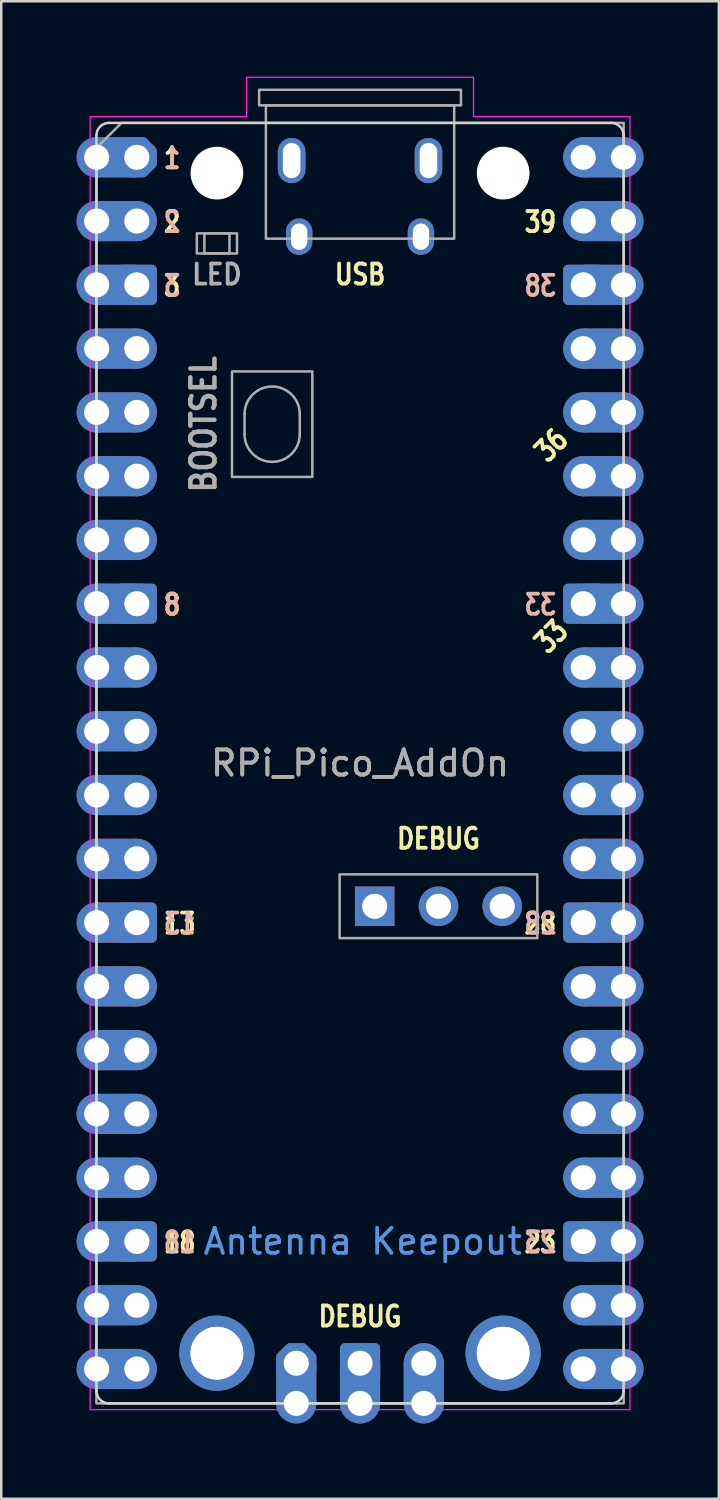
<source format=kicad_pcb>
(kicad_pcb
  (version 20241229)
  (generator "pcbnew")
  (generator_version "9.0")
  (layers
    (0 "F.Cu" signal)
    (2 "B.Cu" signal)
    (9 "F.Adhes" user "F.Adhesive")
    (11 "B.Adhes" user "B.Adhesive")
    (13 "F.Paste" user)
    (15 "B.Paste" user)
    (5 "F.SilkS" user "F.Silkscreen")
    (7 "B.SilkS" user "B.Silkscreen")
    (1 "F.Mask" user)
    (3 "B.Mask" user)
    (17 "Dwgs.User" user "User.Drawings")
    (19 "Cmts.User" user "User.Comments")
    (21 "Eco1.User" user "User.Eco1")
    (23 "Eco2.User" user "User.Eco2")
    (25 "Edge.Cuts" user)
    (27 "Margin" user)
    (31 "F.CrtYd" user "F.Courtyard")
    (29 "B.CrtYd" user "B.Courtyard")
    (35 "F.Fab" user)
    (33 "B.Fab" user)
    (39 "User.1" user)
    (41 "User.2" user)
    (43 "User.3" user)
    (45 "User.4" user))
  (footprint "RPi_Pico_AddOn"
    (layer "F.Cu")
    (at 2.4 3.215)
    (property "Reference" "RPi_Pico_AddOn" (at 8.89 24.13 0) (layer "F.Fab") (effects (font (size 1 1) (thickness 0.15))))
    (attr through_hole)
    (fp_line (start -1.61 -0.87) (end -1.61 49.13) (stroke (width 0.1) (type solid)) (layer "Edge.Cuts"))
    (fp_line (start -1.11 49.63) (end 18.89 49.63) (stroke (width 0.1) (type solid)) (layer "Edge.Cuts"))
    (fp_line (start 18.89 -1.37) (end -1.11 -1.37) (stroke (width 0.1) (type solid)) (layer "Edge.Cuts"))
    (fp_line (start 19.39 49.13) (end 19.39 -0.87) (stroke (width 0.1) (type solid)) (layer "Edge.Cuts"))
    (fp_arc (start -1.61 -0.87) (mid -1.463553 -1.223553) (end -1.11 -1.37) (stroke (width 0.1) (type solid)) (layer "Edge.Cuts"))
    (fp_arc (start -1.11 49.63) (mid -1.463553 49.483554) (end -1.61 49.13) (stroke (width 0.1) (type solid)) (layer "Edge.Cuts"))
    (fp_arc (start 18.89 -1.37) (mid 19.243553 -1.223553) (end 19.39 -0.87) (stroke (width 0.1) (type solid)) (layer "Edge.Cuts"))
    (fp_arc (start 19.39 49.13) (mid 19.243553 49.483553) (end 18.89 49.63) (stroke (width 0.1) (type solid)) (layer "Edge.Cuts"))
    (fp_poly (pts (xy 13.41 -1.62) (xy 19.64 -1.62) (xy 19.64 49.88) (xy -1.86 49.88) (xy -1.86 -1.62) (xy 4.37 -1.62) (xy 4.37 -3.19) (xy 13.41 -3.19)) (stroke (width 0.05) (type solid)) (fill no) (layer "F.CrtYd"))
    (fp_line (start 4.29 10.23) (end 4.29 11.03) (stroke (width 0.1) (type solid)) (layer "F.Fab"))
    (fp_line (start 6.49 10.23) (end 6.49 11.03) (stroke (width 0.1) (type solid)) (layer "F.Fab"))
    (fp_rect (start 2.39 3.03) (end 3.99 3.83) (stroke (width 0.1) (type solid)) (fill no) (layer "F.Fab"))
    (fp_rect (start 2.69 3.03) (end 3.69 3.83) (stroke (width 0.1) (type solid)) (fill no) (layer "F.Fab"))
    (fp_rect (start 3.79 8.53) (end 6.99 12.73) (stroke (width 0.1) (type solid)) (fill no) (layer "F.Fab"))
    (fp_rect (start 4.87 -2.69) (end 12.91 -2.07) (stroke (width 0.1) (type solid)) (fill no) (layer "F.Fab"))
    (fp_rect (start 5.14 -2.07) (end 12.64 3.24) (stroke (width 0.1) (type solid)) (fill no) (layer "F.Fab"))
    (fp_rect (start 8.077 28.56) (end 15.951 31.1) (stroke (width 0.1) (type solid)) (fill no) (layer "F.Fab"))
    (fp_arc (start 4.29 10.23) (mid 5.39 9.13) (end 6.49 10.23) (stroke (width 0.1) (type solid)) (layer "F.Fab"))
    (fp_arc (start 6.49 11.03) (mid 5.39 12.13) (end 4.29 11.03) (stroke (width 0.1) (type solid)) (layer "F.Fab"))
    (fp_poly (pts (xy 19.39 49.63) (xy -1.61 49.63) (xy -1.61 -0.37) (xy -0.61 -1.37) (xy 19.39 -1.37)) (stroke (width 0.1) (type solid)) (fill no) (layer "F.Fab"))
    (fp_text user "USB" (at 8.89 4.668 0) (unlocked yes) (layer "F.SilkS") (effects (font (size 0.8 0.66) (thickness 0.15))))
    (fp_text user "23" (at 16.78 43.218 0) (unlocked yes) (layer "F.SilkS") (effects (font (size 0.8 0.64) (thickness 0.15)) (justify right)))
    (fp_text user "DEBUG" (at 12.014 27.138 0) (unlocked yes) (layer "F.SilkS") (effects (font (size 0.8 0.66) (thickness 0.15))))
    (fp_text user "DEBUG" (at 8.89 46.168 0) (unlocked yes) (layer "F.SilkS") (effects (font (size 0.8 0.66) (thickness 0.15))))
    (fp_text user "36" (at 16.51 11.468 45) (unlocked yes) (layer "F.SilkS") (effects (font (size 0.8 0.64) (thickness 0.15))))
    (fp_text user "8" (at 1 17.818 0) (unlocked yes) (layer "F.SilkS") (effects (font (size 0.8 0.64) (thickness 0.15)) (justify left)))
    (fp_text user "2" (at 1 2.578 0) (unlocked yes) (layer "F.SilkS") (effects (font (size 0.8 0.64) (thickness 0.15)) (justify left)))
    (fp_text user "18" (at 1 43.218 0) (unlocked yes) (layer "F.SilkS") (effects (font (size 0.8 0.64) (thickness 0.15)) (justify left)))
    (fp_text user "33" (at 16.51 19.088 45) (unlocked yes) (layer "F.SilkS") (effects (font (size 0.8 0.64) (thickness 0.15))))
    (fp_text user "1" (at 1 0.038 0) (unlocked yes) (layer "F.SilkS") (effects (font (size 0.8 0.64) (thickness 0.15)) (justify left)))
    (fp_text user "13" (at 1 30.518 0) (unlocked yes) (layer "F.SilkS") (effects (font (size 0.8 0.64) (thickness 0.15)) (justify left)))
    (fp_text user "28" (at 16.78 30.518 0) (unlocked yes) (layer "F.SilkS") (effects (font (size 0.8 0.64) (thickness 0.15)) (justify right)))
    (fp_text user "39" (at 16.78 2.578 0) (unlocked yes) (layer "F.SilkS") (effects (font (size 0.8 0.64) (thickness 0.15)) (justify right)))
    (fp_text user "3" (at 1 5.118 0) (unlocked yes) (layer "F.SilkS") (effects (font (size 0.8 0.64) (thickness 0.15)) (justify left)))
    (fp_text user "2" (at 1 2.578 0) (unlocked yes) (layer "B.SilkS") (effects (font (size 0.8 0.64) (thickness 0.15)) (justify right mirror)))
    (fp_text user "8" (at 1 17.818 0) (unlocked yes) (layer "B.SilkS") (effects (font (size 0.8 0.64) (thickness 0.15)) (justify right mirror)))
    (fp_text user "13" (at 1 30.518 0) (unlocked yes) (layer "B.SilkS") (effects (font (size 0.8 0.64) (thickness 0.15)) (justify right mirror)))
    (fp_text user "28" (at 16.78 30.518 0) (unlocked yes) (layer "B.SilkS") (effects (font (size 0.8 0.64) (thickness 0.15)) (justify left mirror)))
    (fp_text user "23" (at 16.78 43.218 0) (unlocked yes) (layer "B.SilkS") (effects (font (size 0.8 0.64) (thickness 0.15)) (justify left mirror)))
    (fp_text user "18" (at 1 43.218 0) (unlocked yes) (layer "B.SilkS") (effects (font (size 0.8 0.64) (thickness 0.15)) (justify right mirror)))
    (fp_text user "1" (at 1 0.038 0) (unlocked yes) (layer "B.SilkS") (effects (font (size 0.8 0.64) (thickness 0.15)) (justify right mirror)))
    (fp_text user "33" (at 16.78 17.818 0) (unlocked yes) (layer "B.SilkS") (effects (font (size 0.8 0.64) (thickness 0.15)) (justify left mirror)))
    (fp_text user "3" (at 1 5.118 0) (unlocked yes) (layer "B.SilkS") (effects (font (size 0.8 0.64) (thickness 0.15)) (justify right mirror)))
    (fp_text user "38" (at 16.78 5.118 0) (unlocked yes) (layer "B.SilkS") (effects (font (size 0.8 0.64) (thickness 0.15)) (justify left mirror)))
    (fp_text user "Antenna Keepout" (at 9 43.18 0) (unlocked yes) (layer "Cmts.User") (effects (font (size 1 1) (thickness 0.15))))
    (fp_text user "LED" (at 3.19 4.668 0) (unlocked yes) (layer "F.Fab") (effects (font (size 0.8 0.72) (thickness 0.15))))
    (fp_text user "${REFERENCE}" (at 8.89 24.13 0) (unlocked yes) (layer "F.Fab") (effects (font (size 1 1) (thickness 0.15))))
    (fp_text user "BOOTSEL" (at 2.656 10.63 90) (unlocked yes) (layer "F.Fab") (effects (font (size 0.96 0.825) (thickness 0.18))))
    (pad "" np_thru_hole circle (at 3.19 0.63) (size 2.1 2.1) (drill 2.1) (layers "*.Cu" "*.Mask"))
    (pad "" np_thru_hole circle (at 3.19 47.63) (size 2.1 2.1) (drill 2.1) (layers "*.Cu" "*.Mask"))
    (pad "" np_thru_hole circle (at 14.59 0.63) (size 2.1 2.1) (drill 2.1) (layers "*.Cu" "*.Mask"))
    (pad "" np_thru_hole circle (at 14.59 47.63) (size 2.1 2.1) (drill 2.1) (layers "*.Cu" "*.Mask"))
    (pad "1" thru_hole circle (at -1.6 0) (size 1.6 1.6) (drill 1) (property pad_prop_castellated) (layers "*.Cu" "*.Mask"))
    (pad "1" smd rect (at -0.8 0) (size 1.6 1.6) (layers "F.Cu" "F.Mask"))
    (pad "1" smd rect (at -0.8 0) (size 1.6 1.6) (layers "B.Cu" "B.Mask"))
    (pad "1" thru_hole custom (at 0 0) (size 1.6 1.6) (drill 1) (layers "*.Cu" "*.Mask") (options (anchor circle)) (primitives (gr_poly (pts (xy 0.6 0.249) (xy 0.249 0.6) (xy -0.249 0.6) (xy -0.6 0.249) (xy -0.6 -0.249) (xy -0.249 -0.6) (xy 0.249 -0.6) (xy 0.6 -0.249)) (width 0.4) (fill yes))))
    (pad "2" thru_hole circle (at -1.6 2.54) (size 1.6 1.6) (drill 1) (property pad_prop_castellated) (layers "*.Cu" "*.Mask"))
    (pad "2" smd rect (at -0.8 2.54) (size 1.6 1.6) (layers "F.Cu" "F.Mask"))
    (pad "2" smd rect (at -0.8 2.54) (size 1.6 1.6) (layers "B.Cu" "B.Mask"))
    (pad "2" thru_hole circle (at 0 2.54) (size 1.6 1.6) (drill 1) (layers "*.Cu" "*.Mask"))
    (pad "3" thru_hole circle (at -1.6 5.08) (size 1.6 1.6) (drill 1) (property pad_prop_castellated) (layers "*.Cu" "*.Mask"))
    (pad "3" smd rect (at -0.8 5.08) (size 1.6 1.6) (layers "F.Cu" "F.Mask"))
    (pad "3" smd rect (at -0.8 5.08) (size 1.6 1.6) (layers "B.Cu" "B.Mask"))
    (pad "3" thru_hole roundrect (at 0 5.08) (size 1.6 1.6) (drill 1) (layers "*.Cu" "*.Mask") (roundrect_rratio 0.125))
    (pad "4" thru_hole circle (at -1.6 7.62) (size 1.6 1.6) (drill 1) (property pad_prop_castellated) (layers "*.Cu" "*.Mask"))
    (pad "4" smd rect (at -0.8 7.62) (size 1.6 1.6) (layers "F.Cu" "F.Mask"))
    (pad "4" smd rect (at -0.8 7.62) (size 1.6 1.6) (layers "B.Cu" "B.Mask"))
    (pad "4" thru_hole circle (at 0 7.62) (size 1.6 1.6) (drill 1) (layers "*.Cu" "*.Mask"))
    (pad "5" thru_hole circle (at -1.6 10.16) (size 1.6 1.6) (drill 1) (property pad_prop_castellated) (layers "*.Cu" "*.Mask"))
    (pad "5" smd rect (at -0.8 10.16) (size 1.6 1.6) (layers "F.Cu" "F.Mask"))
    (pad "5" smd rect (at -0.8 10.16) (size 1.6 1.6) (layers "B.Cu" "B.Mask"))
    (pad "5" thru_hole circle (at 0 10.16) (size 1.6 1.6) (drill 1) (layers "*.Cu" "*.Mask"))
    (pad "6" thru_hole circle (at -1.6 12.7) (size 1.6 1.6) (drill 1) (property pad_prop_castellated) (layers "*.Cu" "*.Mask"))
    (pad "6" smd rect (at -0.8 12.7) (size 1.6 1.6) (layers "F.Cu" "F.Mask"))
    (pad "6" smd rect (at -0.8 12.7) (size 1.6 1.6) (layers "B.Cu" "B.Mask"))
    (pad "6" thru_hole circle (at 0 12.7) (size 1.6 1.6) (drill 1) (layers "*.Cu" "*.Mask"))
    (pad "7" thru_hole circle (at -1.6 15.24) (size 1.6 1.6) (drill 1) (property pad_prop_castellated) (layers "*.Cu" "*.Mask"))
    (pad "7" smd rect (at -0.8 15.24) (size 1.6 1.6) (layers "F.Cu" "F.Mask"))
    (pad "7" smd rect (at -0.8 15.24) (size 1.6 1.6) (layers "B.Cu" "B.Mask"))
    (pad "7" thru_hole circle (at 0 15.24) (size 1.6 1.6) (drill 1) (layers "*.Cu" "*.Mask"))
    (pad "8" thru_hole circle (at -1.6 17.78) (size 1.6 1.6) (drill 1) (property pad_prop_castellated) (layers "*.Cu" "*.Mask"))
    (pad "8" smd rect (at -0.8 17.78) (size 1.6 1.6) (layers "F.Cu" "F.Mask"))
    (pad "8" smd rect (at -0.8 17.78) (size 1.6 1.6) (layers "B.Cu" "B.Mask"))
    (pad "8" thru_hole roundrect (at 0 17.78) (size 1.6 1.6) (drill 1) (layers "*.Cu" "*.Mask") (roundrect_rratio 0.125))
    (pad "9" thru_hole circle (at -1.6 20.32) (size 1.6 1.6) (drill 1) (property pad_prop_castellated) (layers "*.Cu" "*.Mask"))
    (pad "9" smd rect (at -0.8 20.32) (size 1.6 1.6) (layers "F.Cu" "F.Mask"))
    (pad "9" smd rect (at -0.8 20.32) (size 1.6 1.6) (layers "B.Cu" "B.Mask"))
    (pad "9" thru_hole circle (at 0 20.32) (size 1.6 1.6) (drill 1) (layers "*.Cu" "*.Mask"))
    (pad "10" thru_hole circle (at -1.6 22.86) (size 1.6 1.6) (drill 1) (property pad_prop_castellated) (layers "*.Cu" "*.Mask"))
    (pad "10" smd rect (at -0.8 22.86) (size 1.6 1.6) (layers "F.Cu" "F.Mask"))
    (pad "10" smd rect (at -0.8 22.86) (size 1.6 1.6) (layers "B.Cu" "B.Mask"))
    (pad "10" thru_hole circle (at 0 22.86) (size 1.6 1.6) (drill 1) (layers "*.Cu" "*.Mask"))
    (pad "11" thru_hole circle (at -1.6 25.4) (size 1.6 1.6) (drill 1) (property pad_prop_castellated) (layers "*.Cu" "*.Mask"))
    (pad "11" smd rect (at -0.8 25.4) (size 1.6 1.6) (layers "F.Cu" "F.Mask"))
    (pad "11" smd rect (at -0.8 25.4) (size 1.6 1.6) (layers "B.Cu" "B.Mask"))
    (pad "11" thru_hole circle (at 0 25.4) (size 1.6 1.6) (drill 1) (layers "*.Cu" "*.Mask"))
    (pad "12" thru_hole circle (at -1.6 27.94) (size 1.6 1.6) (drill 1) (property pad_prop_castellated) (layers "*.Cu" "*.Mask"))
    (pad "12" smd rect (at -0.8 27.94) (size 1.6 1.6) (layers "F.Cu" "F.Mask"))
    (pad "12" smd rect (at -0.8 27.94) (size 1.6 1.6) (layers "B.Cu" "B.Mask"))
    (pad "12" thru_hole circle (at 0 27.94) (size 1.6 1.6) (drill 1) (layers "*.Cu" "*.Mask"))
    (pad "13" thru_hole circle (at -1.6 30.48) (size 1.6 1.6) (drill 1) (property pad_prop_castellated) (layers "*.Cu" "*.Mask"))
    (pad "13" smd rect (at -0.8 30.48) (size 1.6 1.6) (layers "F.Cu" "F.Mask"))
    (pad "13" smd rect (at -0.8 30.48) (size 1.6 1.6) (layers "B.Cu" "B.Mask"))
    (pad "13" thru_hole roundrect (at 0 30.48) (size 1.6 1.6) (drill 1) (layers "*.Cu" "*.Mask") (roundrect_rratio 0.125))
    (pad "14" thru_hole circle (at -1.6 33.02) (size 1.6 1.6) (drill 1) (property pad_prop_castellated) (layers "*.Cu" "*.Mask"))
    (pad "14" smd rect (at -0.8 33.02) (size 1.6 1.6) (layers "F.Cu" "F.Mask"))
    (pad "14" smd rect (at -0.8 33.02) (size 1.6 1.6) (layers "B.Cu" "B.Mask"))
    (pad "14" thru_hole circle (at 0 33.02) (size 1.6 1.6) (drill 1) (layers "*.Cu" "*.Mask"))
    (pad "15" thru_hole circle (at -1.6 35.56) (size 1.6 1.6) (drill 1) (property pad_prop_castellated) (layers "*.Cu" "*.Mask"))
    (pad "15" smd rect (at -0.8 35.56) (size 1.6 1.6) (layers "F.Cu" "F.Mask"))
    (pad "15" smd rect (at -0.8 35.56) (size 1.6 1.6) (layers "B.Cu" "B.Mask"))
    (pad "15" thru_hole circle (at 0 35.56) (size 1.6 1.6) (drill 1) (layers "*.Cu" "*.Mask"))
    (pad "16" thru_hole circle (at -1.6 38.1) (size 1.6 1.6) (drill 1) (property pad_prop_castellated) (layers "*.Cu" "*.Mask"))
    (pad "16" smd rect (at -0.8 38.1) (size 1.6 1.6) (layers "F.Cu" "F.Mask"))
    (pad "16" smd rect (at -0.8 38.1) (size 1.6 1.6) (layers "B.Cu" "B.Mask"))
    (pad "16" thru_hole circle (at 0 38.1) (size 1.6 1.6) (drill 1) (layers "*.Cu" "*.Mask"))
    (pad "17" thru_hole circle (at -1.6 40.64) (size 1.6 1.6) (drill 1) (property pad_prop_castellated) (layers "*.Cu" "*.Mask"))
    (pad "17" smd rect (at -0.8 40.64) (size 1.6 1.6) (layers "F.Cu" "F.Mask"))
    (pad "17" smd rect (at -0.8 40.64) (size 1.6 1.6) (layers "B.Cu" "B.Mask"))
    (pad "17" thru_hole circle (at 0 40.64) (size 1.6 1.6) (drill 1) (layers "*.Cu" "*.Mask"))
    (pad "18" thru_hole circle (at -1.6 43.18) (size 1.6 1.6) (drill 1) (property pad_prop_castellated) (layers "*.Cu" "*.Mask"))
    (pad "18" smd rect (at -0.8 43.18) (size 1.6 1.6) (layers "F.Cu" "F.Mask"))
    (pad "18" smd rect (at -0.8 43.18) (size 1.6 1.6) (layers "B.Cu" "B.Mask"))
    (pad "18" thru_hole roundrect (at 0 43.18) (size 1.6 1.6) (drill 1) (layers "*.Cu" "*.Mask") (roundrect_rratio 0.125))
    (pad "19" thru_hole circle (at -1.6 45.72) (size 1.6 1.6) (drill 1) (property pad_prop_castellated) (layers "*.Cu" "*.Mask"))
    (pad "19" smd rect (at -0.8 45.72) (size 1.6 1.6) (layers "F.Cu" "F.Mask"))
    (pad "19" smd rect (at -0.8 45.72) (size 1.6 1.6) (layers "B.Cu" "B.Mask"))
    (pad "19" thru_hole circle (at 0 45.72) (size 1.6 1.6) (drill 1) (layers "*.Cu" "*.Mask"))
    (pad "20" thru_hole circle (at -1.6 48.26) (size 1.6 1.6) (drill 1) (property pad_prop_castellated) (layers "*.Cu" "*.Mask"))
    (pad "20" smd rect (at -0.8 48.26) (size 1.6 1.6) (layers "F.Cu" "F.Mask"))
    (pad "20" smd rect (at -0.8 48.26) (size 1.6 1.6) (layers "B.Cu" "B.Mask"))
    (pad "20" thru_hole circle (at 0 48.26) (size 1.6 1.6) (drill 1) (layers "*.Cu" "*.Mask"))
    (pad "21" thru_hole circle (at 17.78 48.26) (size 1.6 1.6) (drill 1) (layers "*.Cu" "*.Mask"))
    (pad "21" smd rect (at 18.58 48.26) (size 1.6 1.6) (layers "F.Cu" "F.Mask"))
    (pad "21" smd rect (at 18.58 48.26) (size 1.6 1.6) (layers "B.Cu" "B.Mask"))
    (pad "21" thru_hole circle (at 19.38 48.26) (size 1.6 1.6) (drill 1) (property pad_prop_castellated) (layers "*.Cu" "*.Mask"))
    (pad "22" thru_hole circle (at 17.78 45.72) (size 1.6 1.6) (drill 1) (layers "*.Cu" "*.Mask"))
    (pad "22" smd rect (at 18.58 45.72) (size 1.6 1.6) (layers "F.Cu" "F.Mask"))
    (pad "22" smd rect (at 18.58 45.72) (size 1.6 1.6) (layers "B.Cu" "B.Mask"))
    (pad "22" thru_hole circle (at 19.38 45.72) (size 1.6 1.6) (drill 1) (property pad_prop_castellated) (layers "*.Cu" "*.Mask"))
    (pad "23" thru_hole roundrect (at 17.78 43.18) (size 1.6 1.6) (drill 1) (layers "*.Cu" "*.Mask") (roundrect_rratio 0.125))
    (pad "23" smd rect (at 18.58 43.18) (size 1.6 1.6) (layers "F.Cu" "F.Mask"))
    (pad "23" smd rect (at 18.58 43.18) (size 1.6 1.6) (layers "B.Cu" "B.Mask"))
    (pad "23" thru_hole circle (at 19.38 43.18) (size 1.6 1.6) (drill 1) (property pad_prop_castellated) (layers "*.Cu" "*.Mask"))
    (pad "24" thru_hole circle (at 17.78 40.64) (size 1.6 1.6) (drill 1) (layers "*.Cu" "*.Mask"))
    (pad "24" smd rect (at 18.58 40.64) (size 1.6 1.6) (layers "F.Cu" "F.Mask"))
    (pad "24" smd rect (at 18.58 40.64) (size 1.6 1.6) (layers "B.Cu" "B.Mask"))
    (pad "24" thru_hole circle (at 19.38 40.64) (size 1.6 1.6) (drill 1) (property pad_prop_castellated) (layers "*.Cu" "*.Mask"))
    (pad "25" thru_hole circle (at 17.78 38.1) (size 1.6 1.6) (drill 1) (layers "*.Cu" "*.Mask"))
    (pad "25" smd rect (at 18.58 38.1) (size 1.6 1.6) (layers "F.Cu" "F.Mask"))
    (pad "25" smd rect (at 18.58 38.1) (size 1.6 1.6) (layers "B.Cu" "B.Mask"))
    (pad "25" thru_hole circle (at 19.38 38.1) (size 1.6 1.6) (drill 1) (property pad_prop_castellated) (layers "*.Cu" "*.Mask"))
    (pad "26" thru_hole circle (at 17.78 35.56) (size 1.6 1.6) (drill 1) (layers "*.Cu" "*.Mask"))
    (pad "26" smd rect (at 18.58 35.56) (size 1.6 1.6) (layers "F.Cu" "F.Mask"))
    (pad "26" smd rect (at 18.58 35.56) (size 1.6 1.6) (layers "B.Cu" "B.Mask"))
    (pad "26" thru_hole circle (at 19.38 35.56) (size 1.6 1.6) (drill 1) (property pad_prop_castellated) (layers "*.Cu" "*.Mask"))
    (pad "27" thru_hole circle (at 17.78 33.02) (size 1.6 1.6) (drill 1) (layers "*.Cu" "*.Mask"))
    (pad "27" smd rect (at 18.58 33.02) (size 1.6 1.6) (layers "F.Cu" "F.Mask"))
    (pad "27" smd rect (at 18.58 33.02) (size 1.6 1.6) (layers "B.Cu" "B.Mask"))
    (pad "27" thru_hole circle (at 19.38 33.02) (size 1.6 1.6) (drill 1) (property pad_prop_castellated) (layers "*.Cu" "*.Mask"))
    (pad "28" thru_hole roundrect (at 17.78 30.48) (size 1.6 1.6) (drill 1) (layers "*.Cu" "*.Mask") (roundrect_rratio 0.125))
    (pad "28" smd rect (at 18.58 30.48) (size 1.6 1.6) (layers "F.Cu" "F.Mask"))
    (pad "28" smd rect (at 18.58 30.48) (size 1.6 1.6) (layers "B.Cu" "B.Mask"))
    (pad "28" thru_hole circle (at 19.38 30.48) (size 1.6 1.6) (drill 1) (property pad_prop_castellated) (layers "*.Cu" "*.Mask"))
    (pad "29" thru_hole circle (at 17.78 27.94) (size 1.6 1.6) (drill 1) (layers "*.Cu" "*.Mask"))
    (pad "29" smd rect (at 18.58 27.94) (size 1.6 1.6) (layers "F.Cu" "F.Mask"))
    (pad "29" smd rect (at 18.58 27.94) (size 1.6 1.6) (layers "B.Cu" "B.Mask"))
    (pad "29" thru_hole circle (at 19.38 27.94) (size 1.6 1.6) (drill 1) (property pad_prop_castellated) (layers "*.Cu" "*.Mask"))
    (pad "30" thru_hole circle (at 17.78 25.4) (size 1.6 1.6) (drill 1) (layers "*.Cu" "*.Mask"))
    (pad "30" smd rect (at 18.58 25.4) (size 1.6 1.6) (layers "F.Cu" "F.Mask"))
    (pad "30" smd rect (at 18.58 25.4) (size 1.6 1.6) (layers "B.Cu" "B.Mask"))
    (pad "30" thru_hole circle (at 19.38 25.4) (size 1.6 1.6) (drill 1) (property pad_prop_castellated) (layers "*.Cu" "*.Mask"))
    (pad "31" thru_hole circle (at 17.78 22.86) (size 1.6 1.6) (drill 1) (layers "*.Cu" "*.Mask"))
    (pad "31" smd rect (at 18.58 22.86) (size 1.6 1.6) (layers "F.Cu" "F.Mask"))
    (pad "31" smd rect (at 18.58 22.86) (size 1.6 1.6) (layers "B.Cu" "B.Mask"))
    (pad "31" thru_hole circle (at 19.38 22.86) (size 1.6 1.6) (drill 1) (property pad_prop_castellated) (layers "*.Cu" "*.Mask"))
    (pad "32" thru_hole circle (at 17.78 20.32) (size 1.6 1.6) (drill 1) (layers "*.Cu" "*.Mask"))
    (pad "32" smd rect (at 18.58 20.32) (size 1.6 1.6) (layers "F.Cu" "F.Mask"))
    (pad "32" smd rect (at 18.58 20.32) (size 1.6 1.6) (layers "B.Cu" "B.Mask"))
    (pad "32" thru_hole circle (at 19.38 20.32) (size 1.6 1.6) (drill 1) (property pad_prop_castellated) (layers "*.Cu" "*.Mask"))
    (pad "33" thru_hole roundrect (at 17.78 17.78) (size 1.6 1.6) (drill 1) (layers "*.Cu" "*.Mask") (roundrect_rratio 0.125))
    (pad "33" smd rect (at 18.58 17.78) (size 1.6 1.6) (layers "F.Cu" "F.Mask"))
    (pad "33" smd rect (at 18.58 17.78) (size 1.6 1.6) (layers "B.Cu" "B.Mask"))
    (pad "33" thru_hole circle (at 19.38 17.78) (size 1.6 1.6) (drill 1) (property pad_prop_castellated) (layers "*.Cu" "*.Mask"))
    (pad "34" thru_hole circle (at 17.78 15.24) (size 1.6 1.6) (drill 1) (layers "*.Cu" "*.Mask"))
    (pad "34" smd rect (at 18.58 15.24) (size 1.6 1.6) (layers "F.Cu" "F.Mask"))
    (pad "34" smd rect (at 18.58 15.24) (size 1.6 1.6) (layers "B.Cu" "B.Mask"))
    (pad "34" thru_hole circle (at 19.38 15.24) (size 1.6 1.6) (drill 1) (property pad_prop_castellated) (layers "*.Cu" "*.Mask"))
    (pad "35" thru_hole circle (at 17.78 12.7) (size 1.6 1.6) (drill 1) (layers "*.Cu" "*.Mask"))
    (pad "35" smd rect (at 18.58 12.7) (size 1.6 1.6) (layers "F.Cu" "F.Mask"))
    (pad "35" smd rect (at 18.58 12.7) (size 1.6 1.6) (layers "B.Cu" "B.Mask"))
    (pad "35" thru_hole circle (at 19.38 12.7) (size 1.6 1.6) (drill 1) (property pad_prop_castellated) (layers "*.Cu" "*.Mask"))
    (pad "36" thru_hole circle (at 17.78 10.16) (size 1.6 1.6) (drill 1) (layers "*.Cu" "*.Mask"))
    (pad "36" smd rect (at 18.58 10.16) (size 1.6 1.6) (layers "F.Cu" "F.Mask"))
    (pad "36" smd rect (at 18.58 10.16) (size 1.6 1.6) (layers "B.Cu" "B.Mask"))
    (pad "36" thru_hole circle (at 19.38 10.16) (size 1.6 1.6) (drill 1) (property pad_prop_castellated) (layers "*.Cu" "*.Mask"))
    (pad "37" thru_hole circle (at 17.78 7.62) (size 1.6 1.6) (drill 1) (layers "*.Cu" "*.Mask"))
    (pad "37" smd rect (at 18.58 7.62) (size 1.6 1.6) (layers "F.Cu" "F.Mask"))
    (pad "37" smd rect (at 18.58 7.62) (size 1.6 1.6) (layers "B.Cu" "B.Mask"))
    (pad "37" thru_hole circle (at 19.38 7.62) (size 1.6 1.6) (drill 1) (property pad_prop_castellated) (layers "*.Cu" "*.Mask"))
    (pad "38" thru_hole roundrect (at 17.78 5.08) (size 1.6 1.6) (drill 1) (layers "*.Cu" "*.Mask") (roundrect_rratio 0.125))
    (pad "38" smd rect (at 18.58 5.08) (size 1.6 1.6) (layers "F.Cu" "F.Mask"))
    (pad "38" smd rect (at 18.58 5.08) (size 1.6 1.6) (layers "B.Cu" "B.Mask"))
    (pad "38" thru_hole circle (at 19.38 5.08) (size 1.6 1.6) (drill 1) (property pad_prop_castellated) (layers "*.Cu" "*.Mask"))
    (pad "39" thru_hole circle (at 17.78 2.54) (size 1.6 1.6) (drill 1) (layers "*.Cu" "*.Mask"))
    (pad "39" smd rect (at 18.58 2.54) (size 1.6 1.6) (layers "F.Cu" "F.Mask"))
    (pad "39" smd rect (at 18.58 2.54) (size 1.6 1.6) (layers "B.Cu" "B.Mask"))
    (pad "39" thru_hole circle (at 19.38 2.54) (size 1.6 1.6) (drill 1) (property pad_prop_castellated) (layers "*.Cu" "*.Mask"))
    (pad "40" thru_hole circle (at 17.78 0) (size 1.6 1.6) (drill 1) (layers "*.Cu" "*.Mask"))
    (pad "40" smd rect (at 18.58 0) (size 1.6 1.6) (layers "F.Cu" "F.Mask"))
    (pad "40" smd rect (at 18.58 0) (size 1.6 1.6) (layers "B.Cu" "B.Mask"))
    (pad "40" thru_hole circle (at 19.38 0) (size 1.6 1.6) (drill 1) (property pad_prop_castellated) (layers "*.Cu" "*.Mask"))
    (pad "41" thru_hole custom (at 6.35 48.03) (size 1.6 1.6) (drill 1) (layers "*.Cu" "*.Mask") (options (anchor circle)) (primitives (gr_poly (pts (xy 0.6 0.249) (xy 0.249 0.6) (xy -0.249 0.6) (xy -0.6 0.249) (xy -0.6 -0.249) (xy -0.249 -0.6) (xy 0.249 -0.6) (xy 0.6 -0.249)) (width 0.4) (fill yes))))
    (pad "41" smd rect (at 6.35 48.83) (size 1.6 1.6) (layers "F.Cu" "F.Mask"))
    (pad "41" smd rect (at 6.35 48.83) (size 1.6 1.6) (layers "B.Cu" "B.Mask"))
    (pad "41" thru_hole circle (at 6.35 49.63) (size 1.6 1.6) (drill 1) (property pad_prop_castellated) (layers "*.Cu" "*.Mask"))
    (pad "41" thru_hole rect (at 9.474 29.83) (size 1.575 1.575) (drill 1) (layers "*.Cu" "*.Mask"))
    (pad "42" thru_hole roundrect (at 8.89 48.03) (size 1.6 1.6) (drill 1) (layers "*.Cu" "*.Mask") (roundrect_rratio 0.125))
    (pad "42" smd rect (at 8.89 48.83) (size 1.6 1.6) (layers "F.Cu" "F.Mask"))
    (pad "42" smd rect (at 8.89 48.83) (size 1.6 1.6) (layers "B.Cu" "B.Mask"))
    (pad "42" thru_hole circle (at 8.89 49.63) (size 1.6 1.6) (drill 1) (property pad_prop_castellated) (layers "*.Cu" "*.Mask"))
    (pad "42" thru_hole circle (at 12.014 29.83) (size 1.575 1.575) (drill 1) (layers "*.Cu" "*.Mask"))
    (pad "43" thru_hole circle (at 11.43 48.03) (size 1.6 1.6) (drill 1) (layers "*.Cu" "*.Mask"))
    (pad "43" smd rect (at 11.43 48.83) (size 1.6 1.6) (layers "F.Cu" "F.Mask"))
    (pad "43" smd rect (at 11.43 48.83) (size 1.6 1.6) (layers "B.Cu" "B.Mask"))
    (pad "43" thru_hole circle (at 11.43 49.63) (size 1.6 1.6) (drill 1) (property pad_prop_castellated) (layers "*.Cu" "*.Mask"))
    (pad "43" thru_hole circle (at 14.554 29.83) (size 1.575 1.575) (drill 1) (layers "*.Cu" "*.Mask"))
    (pad "44" thru_hole circle (at 3.19 47.63) (size 3 3) (drill 2.1) (layers "*.Cu" "*.Mask"))
    (pad "44" thru_hole circle (at 14.59 47.63) (size 3 3) (drill 2.1) (layers "*.Cu" "*.Mask"))
    (pad "51" thru_hole oval (at 6.165 0.13) (size 1.1 1.8) (drill oval 0.7 1.4) (layers "*.Cu" "*.Mask"))
    (pad "51" thru_hole oval (at 6.465 3.16) (size 1.05 1.45) (drill oval 0.65 1.05) (layers "*.Cu" "*.Mask"))
    (pad "51" thru_hole oval (at 11.315 3.16) (size 1.05 1.45) (drill oval 0.65 1.05) (layers "*.Cu" "*.Mask"))
    (pad "51" thru_hole oval (at 11.615 0.13) (size 1.1 1.8) (drill oval 0.7 1.4) (layers "*.Cu" "*.Mask"))
    (zone (net_name "") (layers "F.Cu" "F.Mask" "B.Cu" "B.Mask" "F.SilkS" "B.SilkS" "F.Adhes" "B.Adhes" "F.Paste" "B.Paste") (name "Antenna Keepout") (hatch full 0.508) (connect_pads) (min_thickness 0.254) (filled_areas_thickness no) (keepout (tracks not_allowed) (vias not_allowed) (pads not_allowed) (copperpour not_allowed) (footprints not_allowed)) (placement (enabled no)) (fill) (polygon (pts (xy 18.29 52.845) (xy 4.29 52.845) (xy 4.29 44.445) (xy 18.29 44.445)))))
  (gr_rect
    (start -3 -3)
    (end 25.58 56.645)
    (stroke (width 0.1) (type default))
    (fill no)
    (layer "Edge.Cuts")))
</source>
